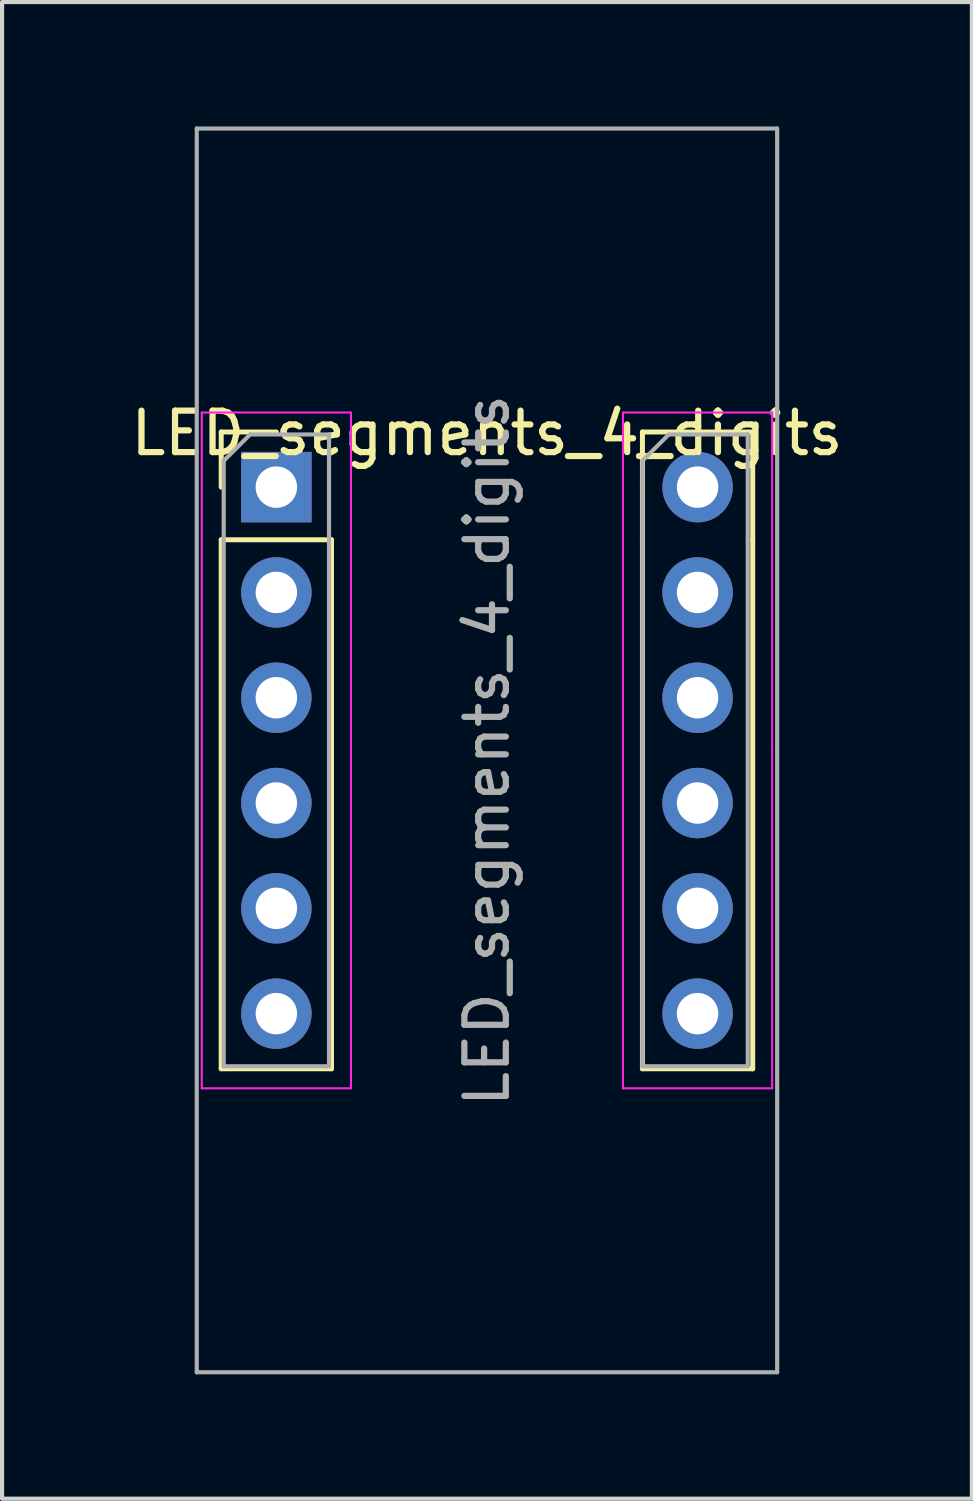
<source format=kicad_pcb>
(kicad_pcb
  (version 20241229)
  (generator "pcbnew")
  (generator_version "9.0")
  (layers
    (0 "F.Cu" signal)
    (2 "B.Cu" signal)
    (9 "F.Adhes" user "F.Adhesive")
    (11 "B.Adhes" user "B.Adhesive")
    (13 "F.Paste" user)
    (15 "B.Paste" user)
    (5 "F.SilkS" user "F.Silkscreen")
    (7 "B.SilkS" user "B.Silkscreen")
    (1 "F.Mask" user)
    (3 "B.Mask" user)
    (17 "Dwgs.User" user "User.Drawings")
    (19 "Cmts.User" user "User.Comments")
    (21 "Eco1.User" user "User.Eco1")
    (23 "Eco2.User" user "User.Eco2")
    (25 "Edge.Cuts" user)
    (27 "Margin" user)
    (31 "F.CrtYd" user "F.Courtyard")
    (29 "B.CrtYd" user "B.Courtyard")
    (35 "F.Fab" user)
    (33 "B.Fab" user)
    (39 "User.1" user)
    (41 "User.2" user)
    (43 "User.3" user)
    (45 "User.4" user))
  (footprint "LED_segments_4_digits"
    (layer "F.Cu")
    (at 3.616 8.7)
    (property "Reference" "LED_segments_4_digits" (at 5.08 -1.3 0) (unlocked yes) (layer "F.SilkS") (effects (font (size 1 1) (thickness 0.15))))
    (attr through_hole)
    (fp_line (start -1.33 -1.33) (end 0 -1.33) (stroke (width 0.12) (type solid)) (layer "F.SilkS"))
    (fp_line (start -1.33 0) (end -1.33 -1.33) (stroke (width 0.12) (type solid)) (layer "F.SilkS"))
    (fp_line (start -1.33 1.27) (end -1.33 14.03) (stroke (width 0.12) (type solid)) (layer "F.SilkS"))
    (fp_line (start -1.33 1.27) (end 1.33 1.27) (stroke (width 0.12) (type solid)) (layer "F.SilkS"))
    (fp_line (start -1.33 14.03) (end 1.33 14.03) (stroke (width 0.12) (type solid)) (layer "F.SilkS"))
    (fp_line (start 1.33 1.27) (end 1.33 14.03) (stroke (width 0.12) (type solid)) (layer "F.SilkS"))
    (fp_line (start 8.83 -1.33) (end 10.16 -1.33) (stroke (width 0.12) (type solid)) (layer "F.SilkS"))
    (fp_line (start 8.83 0) (end 8.83 -1.33) (stroke (width 0.12) (type solid)) (layer "F.SilkS"))
    (fp_line (start 8.83 0) (end 8.83 1.27) (stroke (width 0.12) (type solid)) (layer "F.SilkS"))
    (fp_line (start 8.83 1.27) (end 8.83 14.03) (stroke (width 0.12) (type solid)) (layer "F.SilkS"))
    (fp_line (start 8.83 14.03) (end 11.49 14.03) (stroke (width 0.12) (type solid)) (layer "F.SilkS"))
    (fp_line (start 10.16 -1.33) (end 11.49 -1.33) (stroke (width 0.12) (type solid)) (layer "F.SilkS"))
    (fp_line (start 11.49 -1.33) (end 11.49 1.27) (stroke (width 0.12) (type solid)) (layer "F.SilkS"))
    (fp_line (start 11.49 1.27) (end 11.49 14.03) (stroke (width 0.12) (type solid)) (layer "F.SilkS"))
    (fp_line (start -1.8 -1.8) (end -1.8 14.5) (stroke (width 0.05) (type solid)) (layer "F.CrtYd"))
    (fp_line (start -1.8 14.5) (end 1.8 14.5) (stroke (width 0.05) (type solid)) (layer "F.CrtYd"))
    (fp_line (start 1.8 -1.8) (end -1.8 -1.8) (stroke (width 0.05) (type solid)) (layer "F.CrtYd"))
    (fp_line (start 1.8 14.5) (end 1.8 -1.8) (stroke (width 0.05) (type solid)) (layer "F.CrtYd"))
    (fp_line (start 8.36 -1.8) (end 8.36 14.5) (stroke (width 0.05) (type solid)) (layer "F.CrtYd"))
    (fp_line (start 8.36 14.5) (end 11.96 14.5) (stroke (width 0.05) (type solid)) (layer "F.CrtYd"))
    (fp_line (start 11.96 -1.8) (end 8.36 -1.8) (stroke (width 0.05) (type solid)) (layer "F.CrtYd"))
    (fp_line (start 11.96 14.5) (end 11.96 -1.8) (stroke (width 0.05) (type solid)) (layer "F.CrtYd"))
    (fp_line (start -1.92 -8.65) (end -1.92 21.35) (stroke (width 0.1) (type solid)) (layer "F.Fab"))
    (fp_line (start -1.92 21.35) (end 12.08 21.35) (stroke (width 0.1) (type solid)) (layer "F.Fab"))
    (fp_line (start -1.27 -0.635) (end -0.635 -1.27) (stroke (width 0.1) (type solid)) (layer "F.Fab"))
    (fp_line (start -1.27 13.97) (end -1.27 -0.635) (stroke (width 0.1) (type solid)) (layer "F.Fab"))
    (fp_line (start -0.635 -1.27) (end 1.27 -1.27) (stroke (width 0.1) (type solid)) (layer "F.Fab"))
    (fp_line (start 1.27 -1.27) (end 1.27 13.97) (stroke (width 0.1) (type solid)) (layer "F.Fab"))
    (fp_line (start 1.27 13.97) (end -1.27 13.97) (stroke (width 0.1) (type solid)) (layer "F.Fab"))
    (fp_line (start 8.83 -0.635) (end 9.465 -1.27) (stroke (width 0.1) (type solid)) (layer "F.Fab"))
    (fp_line (start 8.83 13.97) (end 8.83 -0.635) (stroke (width 0.1) (type solid)) (layer "F.Fab"))
    (fp_line (start 9.465 -1.27) (end 11.37 -1.27) (stroke (width 0.1) (type solid)) (layer "F.Fab"))
    (fp_line (start 11.37 -1.27) (end 11.37 13.97) (stroke (width 0.1) (type solid)) (layer "F.Fab"))
    (fp_line (start 11.37 13.97) (end 8.83 13.97) (stroke (width 0.1) (type solid)) (layer "F.Fab"))
    (fp_line (start 12.08 -8.65) (end -1.92 -8.65) (stroke (width 0.1) (type solid)) (layer "F.Fab"))
    (fp_line (start 12.08 6.35) (end 12.08 -8.65) (stroke (width 0.1) (type solid)) (layer "F.Fab"))
    (fp_line (start 12.08 21.35) (end 12.08 6.35) (stroke (width 0.1) (type solid)) (layer "F.Fab"))
    (fp_text user "${REFERENCE}" (at 5.08 6.35 90) (layer "F.Fab") (effects (font (size 1 1) (thickness 0.15))))
    (pad "1" thru_hole rect (at 0 0) (size 1.7 1.7) (drill 1) (layers "*.Cu" "*.Mask"))
    (pad "2" thru_hole oval (at 0 2.54) (size 1.7 1.7) (drill 1) (layers "*.Cu" "*.Mask"))
    (pad "3" thru_hole oval (at 0 5.08) (size 1.7 1.7) (drill 1) (layers "*.Cu" "*.Mask"))
    (pad "4" thru_hole oval (at 0 7.62) (size 1.7 1.7) (drill 1) (layers "*.Cu" "*.Mask"))
    (pad "5" thru_hole oval (at 0 10.16) (size 1.7 1.7) (drill 1) (layers "*.Cu" "*.Mask"))
    (pad "6" thru_hole oval (at 0 12.7) (size 1.7 1.7) (drill 1) (layers "*.Cu" "*.Mask"))
    (pad "7" thru_hole oval (at 10.16 12.7) (size 1.7 1.7) (drill 1) (layers "*.Cu" "*.Mask"))
    (pad "8" thru_hole oval (at 10.16 10.16) (size 1.7 1.7) (drill 1) (layers "*.Cu" "*.Mask"))
    (pad "9" thru_hole oval (at 10.16 7.62) (size 1.7 1.7) (drill 1) (layers "*.Cu" "*.Mask"))
    (pad "10" thru_hole oval (at 10.16 5.08) (size 1.7 1.7) (drill 1) (layers "*.Cu" "*.Mask"))
    (pad "11" thru_hole oval (at 10.16 2.54) (size 1.7 1.7) (drill 1) (layers "*.Cu" "*.Mask"))
    (pad "12" thru_hole oval (at 10.16 0) (size 1.7 1.7) (drill 1) (layers "*.Cu" "*.Mask")))
  (gr_rect
    (start -3 -3)
    (end 20.393 33.1)
    (stroke (width 0.1) (type default))
    (fill no)
    (layer "Edge.Cuts")))
</source>
